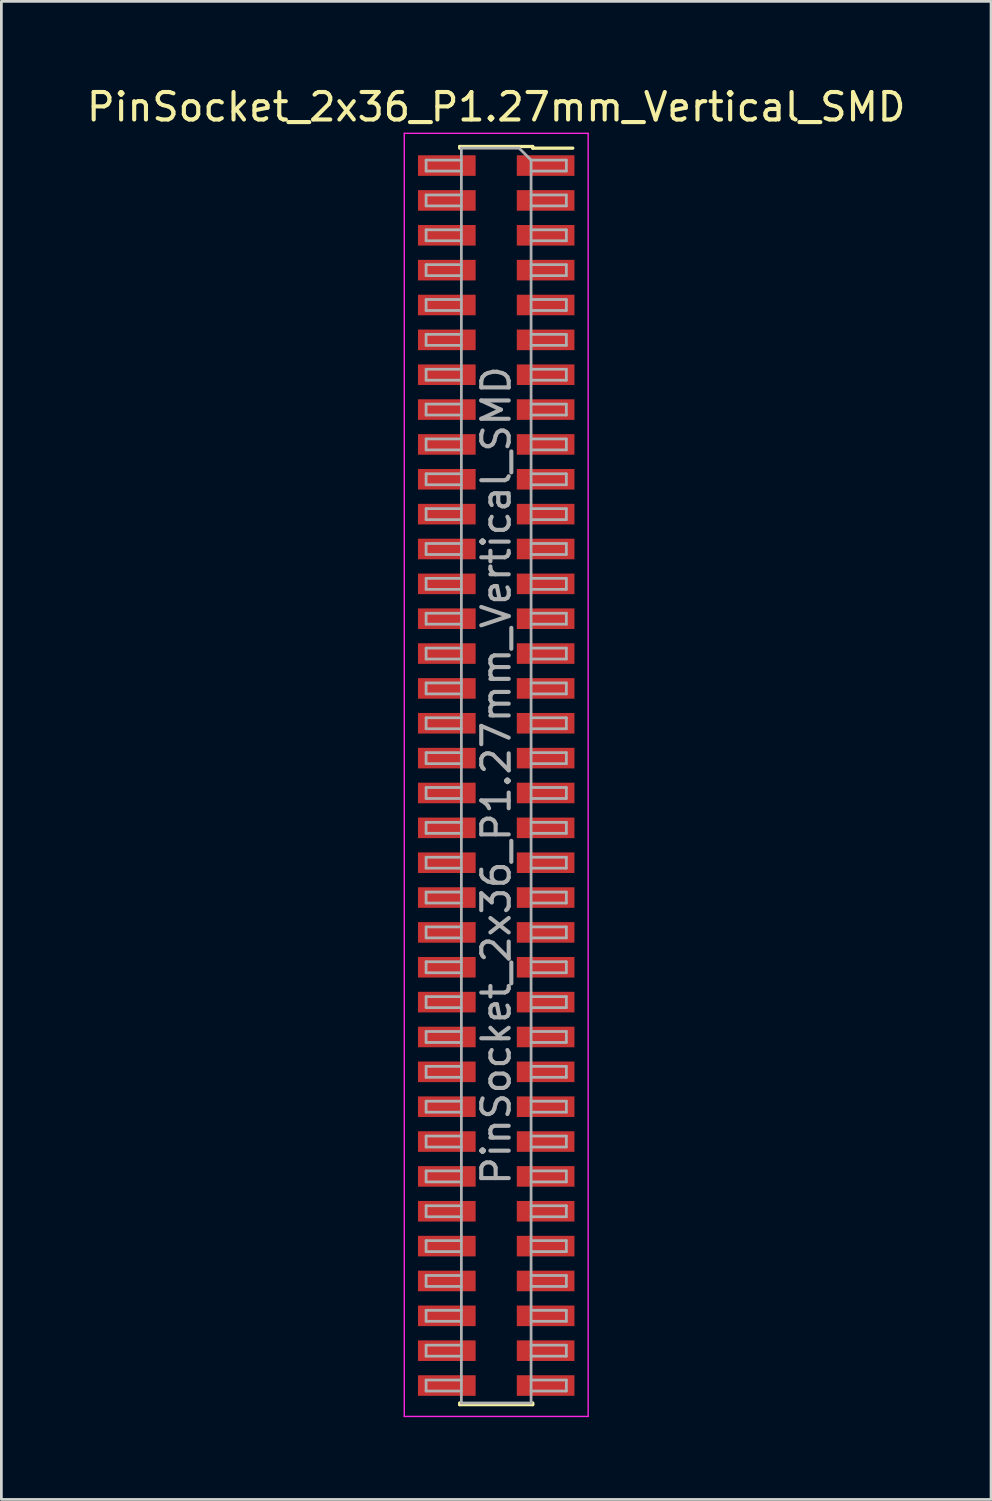
<source format=kicad_pcb>
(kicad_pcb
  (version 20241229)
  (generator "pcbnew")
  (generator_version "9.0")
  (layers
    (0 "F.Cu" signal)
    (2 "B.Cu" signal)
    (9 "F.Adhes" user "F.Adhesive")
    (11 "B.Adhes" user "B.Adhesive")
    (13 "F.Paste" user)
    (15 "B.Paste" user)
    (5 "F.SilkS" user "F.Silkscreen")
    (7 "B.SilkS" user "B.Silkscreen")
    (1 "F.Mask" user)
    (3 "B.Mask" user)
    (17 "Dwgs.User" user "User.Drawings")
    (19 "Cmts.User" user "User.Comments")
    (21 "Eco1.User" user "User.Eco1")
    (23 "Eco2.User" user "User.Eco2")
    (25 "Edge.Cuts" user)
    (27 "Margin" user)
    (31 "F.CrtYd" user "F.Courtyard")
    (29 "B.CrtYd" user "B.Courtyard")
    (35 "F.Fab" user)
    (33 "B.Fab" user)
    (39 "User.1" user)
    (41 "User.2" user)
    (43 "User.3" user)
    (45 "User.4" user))
  (footprint "PinSocket_2x36_P1.27mm_Vertical_SMD"
    (layer "F.Cu")
    (at 15.03 25.208)
    (property "Reference" "PinSocket_2x36_P1.27mm_Vertical_SMD" (at 0 -24.36 0) (layer "F.SilkS") (effects (font (size 1 1) (thickness 0.15))))
    (attr smd)
    (fp_line (start -1.33 -22.92) (end -1.33 -22.86) (stroke (width 0.12) (type solid)) (layer "F.SilkS"))
    (fp_line (start -1.33 -22.92) (end 1.33 -22.92) (stroke (width 0.12) (type solid)) (layer "F.SilkS"))
    (fp_line (start -1.33 22.86) (end -1.33 22.92) (stroke (width 0.12) (type solid)) (layer "F.SilkS"))
    (fp_line (start -1.33 22.92) (end 1.33 22.92) (stroke (width 0.12) (type solid)) (layer "F.SilkS"))
    (fp_line (start 1.33 -22.92) (end 1.33 -22.86) (stroke (width 0.12) (type solid)) (layer "F.SilkS"))
    (fp_line (start 1.33 -22.86) (end 2.79 -22.86) (stroke (width 0.12) (type solid)) (layer "F.SilkS"))
    (fp_line (start 1.33 22.86) (end 1.33 22.92) (stroke (width 0.12) (type solid)) (layer "F.SilkS"))
    (fp_line (start -3.35 -23.4) (end 3.35 -23.4) (stroke (width 0.05) (type solid)) (layer "F.CrtYd"))
    (fp_line (start -3.35 23.35) (end -3.35 -23.4) (stroke (width 0.05) (type solid)) (layer "F.CrtYd"))
    (fp_line (start 3.35 -23.4) (end 3.35 23.35) (stroke (width 0.05) (type solid)) (layer "F.CrtYd"))
    (fp_line (start 3.35 23.35) (end -3.35 23.35) (stroke (width 0.05) (type solid)) (layer "F.CrtYd"))
    (fp_line (start -2.555 -22.425) (end -1.27 -22.425) (stroke (width 0.1) (type solid)) (layer "F.Fab"))
    (fp_line (start -2.555 -22.025) (end -2.555 -22.425) (stroke (width 0.1) (type solid)) (layer "F.Fab"))
    (fp_line (start -2.555 -21.155) (end -1.27 -21.155) (stroke (width 0.1) (type solid)) (layer "F.Fab"))
    (fp_line (start -2.555 -20.755) (end -2.555 -21.155) (stroke (width 0.1) (type solid)) (layer "F.Fab"))
    (fp_line (start -2.555 -19.885) (end -1.27 -19.885) (stroke (width 0.1) (type solid)) (layer "F.Fab"))
    (fp_line (start -2.555 -19.485) (end -2.555 -19.885) (stroke (width 0.1) (type solid)) (layer "F.Fab"))
    (fp_line (start -2.555 -18.615) (end -1.27 -18.615) (stroke (width 0.1) (type solid)) (layer "F.Fab"))
    (fp_line (start -2.555 -18.215) (end -2.555 -18.615) (stroke (width 0.1) (type solid)) (layer "F.Fab"))
    (fp_line (start -2.555 -17.345) (end -1.27 -17.345) (stroke (width 0.1) (type solid)) (layer "F.Fab"))
    (fp_line (start -2.555 -16.945) (end -2.555 -17.345) (stroke (width 0.1) (type solid)) (layer "F.Fab"))
    (fp_line (start -2.555 -16.075) (end -1.27 -16.075) (stroke (width 0.1) (type solid)) (layer "F.Fab"))
    (fp_line (start -2.555 -15.675) (end -2.555 -16.075) (stroke (width 0.1) (type solid)) (layer "F.Fab"))
    (fp_line (start -2.555 -14.805) (end -1.27 -14.805) (stroke (width 0.1) (type solid)) (layer "F.Fab"))
    (fp_line (start -2.555 -14.405) (end -2.555 -14.805) (stroke (width 0.1) (type solid)) (layer "F.Fab"))
    (fp_line (start -2.555 -13.535) (end -1.27 -13.535) (stroke (width 0.1) (type solid)) (layer "F.Fab"))
    (fp_line (start -2.555 -13.135) (end -2.555 -13.535) (stroke (width 0.1) (type solid)) (layer "F.Fab"))
    (fp_line (start -2.555 -12.265) (end -1.27 -12.265) (stroke (width 0.1) (type solid)) (layer "F.Fab"))
    (fp_line (start -2.555 -11.865) (end -2.555 -12.265) (stroke (width 0.1) (type solid)) (layer "F.Fab"))
    (fp_line (start -2.555 -10.995) (end -1.27 -10.995) (stroke (width 0.1) (type solid)) (layer "F.Fab"))
    (fp_line (start -2.555 -10.595) (end -2.555 -10.995) (stroke (width 0.1) (type solid)) (layer "F.Fab"))
    (fp_line (start -2.555 -9.725) (end -1.27 -9.725) (stroke (width 0.1) (type solid)) (layer "F.Fab"))
    (fp_line (start -2.555 -9.325) (end -2.555 -9.725) (stroke (width 0.1) (type solid)) (layer "F.Fab"))
    (fp_line (start -2.555 -8.455) (end -1.27 -8.455) (stroke (width 0.1) (type solid)) (layer "F.Fab"))
    (fp_line (start -2.555 -8.055) (end -2.555 -8.455) (stroke (width 0.1) (type solid)) (layer "F.Fab"))
    (fp_line (start -2.555 -7.185) (end -1.27 -7.185) (stroke (width 0.1) (type solid)) (layer "F.Fab"))
    (fp_line (start -2.555 -6.785) (end -2.555 -7.185) (stroke (width 0.1) (type solid)) (layer "F.Fab"))
    (fp_line (start -2.555 -5.915) (end -1.27 -5.915) (stroke (width 0.1) (type solid)) (layer "F.Fab"))
    (fp_line (start -2.555 -5.515) (end -2.555 -5.915) (stroke (width 0.1) (type solid)) (layer "F.Fab"))
    (fp_line (start -2.555 -4.645) (end -1.27 -4.645) (stroke (width 0.1) (type solid)) (layer "F.Fab"))
    (fp_line (start -2.555 -4.245) (end -2.555 -4.645) (stroke (width 0.1) (type solid)) (layer "F.Fab"))
    (fp_line (start -2.555 -3.375) (end -1.27 -3.375) (stroke (width 0.1) (type solid)) (layer "F.Fab"))
    (fp_line (start -2.555 -2.975) (end -2.555 -3.375) (stroke (width 0.1) (type solid)) (layer "F.Fab"))
    (fp_line (start -2.555 -2.105) (end -1.27 -2.105) (stroke (width 0.1) (type solid)) (layer "F.Fab"))
    (fp_line (start -2.555 -1.705) (end -2.555 -2.105) (stroke (width 0.1) (type solid)) (layer "F.Fab"))
    (fp_line (start -2.555 -0.835) (end -1.27 -0.835) (stroke (width 0.1) (type solid)) (layer "F.Fab"))
    (fp_line (start -2.555 -0.435) (end -2.555 -0.835) (stroke (width 0.1) (type solid)) (layer "F.Fab"))
    (fp_line (start -2.555 0.435) (end -1.27 0.435) (stroke (width 0.1) (type solid)) (layer "F.Fab"))
    (fp_line (start -2.555 0.835) (end -2.555 0.435) (stroke (width 0.1) (type solid)) (layer "F.Fab"))
    (fp_line (start -2.555 1.705) (end -1.27 1.705) (stroke (width 0.1) (type solid)) (layer "F.Fab"))
    (fp_line (start -2.555 2.105) (end -2.555 1.705) (stroke (width 0.1) (type solid)) (layer "F.Fab"))
    (fp_line (start -2.555 2.975) (end -1.27 2.975) (stroke (width 0.1) (type solid)) (layer "F.Fab"))
    (fp_line (start -2.555 3.375) (end -2.555 2.975) (stroke (width 0.1) (type solid)) (layer "F.Fab"))
    (fp_line (start -2.555 4.245) (end -1.27 4.245) (stroke (width 0.1) (type solid)) (layer "F.Fab"))
    (fp_line (start -2.555 4.645) (end -2.555 4.245) (stroke (width 0.1) (type solid)) (layer "F.Fab"))
    (fp_line (start -2.555 5.515) (end -1.27 5.515) (stroke (width 0.1) (type solid)) (layer "F.Fab"))
    (fp_line (start -2.555 5.915) (end -2.555 5.515) (stroke (width 0.1) (type solid)) (layer "F.Fab"))
    (fp_line (start -2.555 6.785) (end -1.27 6.785) (stroke (width 0.1) (type solid)) (layer "F.Fab"))
    (fp_line (start -2.555 7.185) (end -2.555 6.785) (stroke (width 0.1) (type solid)) (layer "F.Fab"))
    (fp_line (start -2.555 8.055) (end -1.27 8.055) (stroke (width 0.1) (type solid)) (layer "F.Fab"))
    (fp_line (start -2.555 8.455) (end -2.555 8.055) (stroke (width 0.1) (type solid)) (layer "F.Fab"))
    (fp_line (start -2.555 9.325) (end -1.27 9.325) (stroke (width 0.1) (type solid)) (layer "F.Fab"))
    (fp_line (start -2.555 9.725) (end -2.555 9.325) (stroke (width 0.1) (type solid)) (layer "F.Fab"))
    (fp_line (start -2.555 10.595) (end -1.27 10.595) (stroke (width 0.1) (type solid)) (layer "F.Fab"))
    (fp_line (start -2.555 10.995) (end -2.555 10.595) (stroke (width 0.1) (type solid)) (layer "F.Fab"))
    (fp_line (start -2.555 11.865) (end -1.27 11.865) (stroke (width 0.1) (type solid)) (layer "F.Fab"))
    (fp_line (start -2.555 12.265) (end -2.555 11.865) (stroke (width 0.1) (type solid)) (layer "F.Fab"))
    (fp_line (start -2.555 13.135) (end -1.27 13.135) (stroke (width 0.1) (type solid)) (layer "F.Fab"))
    (fp_line (start -2.555 13.535) (end -2.555 13.135) (stroke (width 0.1) (type solid)) (layer "F.Fab"))
    (fp_line (start -2.555 14.405) (end -1.27 14.405) (stroke (width 0.1) (type solid)) (layer "F.Fab"))
    (fp_line (start -2.555 14.805) (end -2.555 14.405) (stroke (width 0.1) (type solid)) (layer "F.Fab"))
    (fp_line (start -2.555 15.675) (end -1.27 15.675) (stroke (width 0.1) (type solid)) (layer "F.Fab"))
    (fp_line (start -2.555 16.075) (end -2.555 15.675) (stroke (width 0.1) (type solid)) (layer "F.Fab"))
    (fp_line (start -2.555 16.945) (end -1.27 16.945) (stroke (width 0.1) (type solid)) (layer "F.Fab"))
    (fp_line (start -2.555 17.345) (end -2.555 16.945) (stroke (width 0.1) (type solid)) (layer "F.Fab"))
    (fp_line (start -2.555 18.215) (end -1.27 18.215) (stroke (width 0.1) (type solid)) (layer "F.Fab"))
    (fp_line (start -2.555 18.615) (end -2.555 18.215) (stroke (width 0.1) (type solid)) (layer "F.Fab"))
    (fp_line (start -2.555 19.485) (end -1.27 19.485) (stroke (width 0.1) (type solid)) (layer "F.Fab"))
    (fp_line (start -2.555 19.885) (end -2.555 19.485) (stroke (width 0.1) (type solid)) (layer "F.Fab"))
    (fp_line (start -2.555 20.755) (end -1.27 20.755) (stroke (width 0.1) (type solid)) (layer "F.Fab"))
    (fp_line (start -2.555 21.155) (end -2.555 20.755) (stroke (width 0.1) (type solid)) (layer "F.Fab"))
    (fp_line (start -2.555 22.025) (end -1.27 22.025) (stroke (width 0.1) (type solid)) (layer "F.Fab"))
    (fp_line (start -2.555 22.425) (end -2.555 22.025) (stroke (width 0.1) (type solid)) (layer "F.Fab"))
    (fp_line (start -1.27 -22.86) (end 0.835 -22.86) (stroke (width 0.1) (type solid)) (layer "F.Fab"))
    (fp_line (start -1.27 -22.025) (end -2.555 -22.025) (stroke (width 0.1) (type solid)) (layer "F.Fab"))
    (fp_line (start -1.27 -20.755) (end -2.555 -20.755) (stroke (width 0.1) (type solid)) (layer "F.Fab"))
    (fp_line (start -1.27 -19.485) (end -2.555 -19.485) (stroke (width 0.1) (type solid)) (layer "F.Fab"))
    (fp_line (start -1.27 -18.215) (end -2.555 -18.215) (stroke (width 0.1) (type solid)) (layer "F.Fab"))
    (fp_line (start -1.27 -16.945) (end -2.555 -16.945) (stroke (width 0.1) (type solid)) (layer "F.Fab"))
    (fp_line (start -1.27 -15.675) (end -2.555 -15.675) (stroke (width 0.1) (type solid)) (layer "F.Fab"))
    (fp_line (start -1.27 -14.405) (end -2.555 -14.405) (stroke (width 0.1) (type solid)) (layer "F.Fab"))
    (fp_line (start -1.27 -13.135) (end -2.555 -13.135) (stroke (width 0.1) (type solid)) (layer "F.Fab"))
    (fp_line (start -1.27 -11.865) (end -2.555 -11.865) (stroke (width 0.1) (type solid)) (layer "F.Fab"))
    (fp_line (start -1.27 -10.595) (end -2.555 -10.595) (stroke (width 0.1) (type solid)) (layer "F.Fab"))
    (fp_line (start -1.27 -9.325) (end -2.555 -9.325) (stroke (width 0.1) (type solid)) (layer "F.Fab"))
    (fp_line (start -1.27 -8.055) (end -2.555 -8.055) (stroke (width 0.1) (type solid)) (layer "F.Fab"))
    (fp_line (start -1.27 -6.785) (end -2.555 -6.785) (stroke (width 0.1) (type solid)) (layer "F.Fab"))
    (fp_line (start -1.27 -5.515) (end -2.555 -5.515) (stroke (width 0.1) (type solid)) (layer "F.Fab"))
    (fp_line (start -1.27 -4.245) (end -2.555 -4.245) (stroke (width 0.1) (type solid)) (layer "F.Fab"))
    (fp_line (start -1.27 -2.975) (end -2.555 -2.975) (stroke (width 0.1) (type solid)) (layer "F.Fab"))
    (fp_line (start -1.27 -1.705) (end -2.555 -1.705) (stroke (width 0.1) (type solid)) (layer "F.Fab"))
    (fp_line (start -1.27 -0.435) (end -2.555 -0.435) (stroke (width 0.1) (type solid)) (layer "F.Fab"))
    (fp_line (start -1.27 0.835) (end -2.555 0.835) (stroke (width 0.1) (type solid)) (layer "F.Fab"))
    (fp_line (start -1.27 2.105) (end -2.555 2.105) (stroke (width 0.1) (type solid)) (layer "F.Fab"))
    (fp_line (start -1.27 3.375) (end -2.555 3.375) (stroke (width 0.1) (type solid)) (layer "F.Fab"))
    (fp_line (start -1.27 4.645) (end -2.555 4.645) (stroke (width 0.1) (type solid)) (layer "F.Fab"))
    (fp_line (start -1.27 5.915) (end -2.555 5.915) (stroke (width 0.1) (type solid)) (layer "F.Fab"))
    (fp_line (start -1.27 7.185) (end -2.555 7.185) (stroke (width 0.1) (type solid)) (layer "F.Fab"))
    (fp_line (start -1.27 8.455) (end -2.555 8.455) (stroke (width 0.1) (type solid)) (layer "F.Fab"))
    (fp_line (start -1.27 9.725) (end -2.555 9.725) (stroke (width 0.1) (type solid)) (layer "F.Fab"))
    (fp_line (start -1.27 10.995) (end -2.555 10.995) (stroke (width 0.1) (type solid)) (layer "F.Fab"))
    (fp_line (start -1.27 12.265) (end -2.555 12.265) (stroke (width 0.1) (type solid)) (layer "F.Fab"))
    (fp_line (start -1.27 13.535) (end -2.555 13.535) (stroke (width 0.1) (type solid)) (layer "F.Fab"))
    (fp_line (start -1.27 14.805) (end -2.555 14.805) (stroke (width 0.1) (type solid)) (layer "F.Fab"))
    (fp_line (start -1.27 16.075) (end -2.555 16.075) (stroke (width 0.1) (type solid)) (layer "F.Fab"))
    (fp_line (start -1.27 17.345) (end -2.555 17.345) (stroke (width 0.1) (type solid)) (layer "F.Fab"))
    (fp_line (start -1.27 18.615) (end -2.555 18.615) (stroke (width 0.1) (type solid)) (layer "F.Fab"))
    (fp_line (start -1.27 19.885) (end -2.555 19.885) (stroke (width 0.1) (type solid)) (layer "F.Fab"))
    (fp_line (start -1.27 21.155) (end -2.555 21.155) (stroke (width 0.1) (type solid)) (layer "F.Fab"))
    (fp_line (start -1.27 22.425) (end -2.555 22.425) (stroke (width 0.1) (type solid)) (layer "F.Fab"))
    (fp_line (start -1.27 22.86) (end -1.27 -22.86) (stroke (width 0.1) (type solid)) (layer "F.Fab"))
    (fp_line (start 0.835 -22.86) (end 1.27 -22.425) (stroke (width 0.1) (type solid)) (layer "F.Fab"))
    (fp_line (start 1.27 -22.425) (end 1.27 22.86) (stroke (width 0.1) (type solid)) (layer "F.Fab"))
    (fp_line (start 1.27 -22.425) (end 2.555 -22.425) (stroke (width 0.1) (type solid)) (layer "F.Fab"))
    (fp_line (start 1.27 -21.155) (end 2.555 -21.155) (stroke (width 0.1) (type solid)) (layer "F.Fab"))
    (fp_line (start 1.27 -19.885) (end 2.555 -19.885) (stroke (width 0.1) (type solid)) (layer "F.Fab"))
    (fp_line (start 1.27 -18.615) (end 2.555 -18.615) (stroke (width 0.1) (type solid)) (layer "F.Fab"))
    (fp_line (start 1.27 -17.345) (end 2.555 -17.345) (stroke (width 0.1) (type solid)) (layer "F.Fab"))
    (fp_line (start 1.27 -16.075) (end 2.555 -16.075) (stroke (width 0.1) (type solid)) (layer "F.Fab"))
    (fp_line (start 1.27 -14.805) (end 2.555 -14.805) (stroke (width 0.1) (type solid)) (layer "F.Fab"))
    (fp_line (start 1.27 -13.535) (end 2.555 -13.535) (stroke (width 0.1) (type solid)) (layer "F.Fab"))
    (fp_line (start 1.27 -12.265) (end 2.555 -12.265) (stroke (width 0.1) (type solid)) (layer "F.Fab"))
    (fp_line (start 1.27 -10.995) (end 2.555 -10.995) (stroke (width 0.1) (type solid)) (layer "F.Fab"))
    (fp_line (start 1.27 -9.725) (end 2.555 -9.725) (stroke (width 0.1) (type solid)) (layer "F.Fab"))
    (fp_line (start 1.27 -8.455) (end 2.555 -8.455) (stroke (width 0.1) (type solid)) (layer "F.Fab"))
    (fp_line (start 1.27 -7.185) (end 2.555 -7.185) (stroke (width 0.1) (type solid)) (layer "F.Fab"))
    (fp_line (start 1.27 -5.915) (end 2.555 -5.915) (stroke (width 0.1) (type solid)) (layer "F.Fab"))
    (fp_line (start 1.27 -4.645) (end 2.555 -4.645) (stroke (width 0.1) (type solid)) (layer "F.Fab"))
    (fp_line (start 1.27 -3.375) (end 2.555 -3.375) (stroke (width 0.1) (type solid)) (layer "F.Fab"))
    (fp_line (start 1.27 -2.105) (end 2.555 -2.105) (stroke (width 0.1) (type solid)) (layer "F.Fab"))
    (fp_line (start 1.27 -0.835) (end 2.555 -0.835) (stroke (width 0.1) (type solid)) (layer "F.Fab"))
    (fp_line (start 1.27 0.435) (end 2.555 0.435) (stroke (width 0.1) (type solid)) (layer "F.Fab"))
    (fp_line (start 1.27 1.705) (end 2.555 1.705) (stroke (width 0.1) (type solid)) (layer "F.Fab"))
    (fp_line (start 1.27 2.975) (end 2.555 2.975) (stroke (width 0.1) (type solid)) (layer "F.Fab"))
    (fp_line (start 1.27 4.245) (end 2.555 4.245) (stroke (width 0.1) (type solid)) (layer "F.Fab"))
    (fp_line (start 1.27 5.515) (end 2.555 5.515) (stroke (width 0.1) (type solid)) (layer "F.Fab"))
    (fp_line (start 1.27 6.785) (end 2.555 6.785) (stroke (width 0.1) (type solid)) (layer "F.Fab"))
    (fp_line (start 1.27 8.055) (end 2.555 8.055) (stroke (width 0.1) (type solid)) (layer "F.Fab"))
    (fp_line (start 1.27 9.325) (end 2.555 9.325) (stroke (width 0.1) (type solid)) (layer "F.Fab"))
    (fp_line (start 1.27 10.595) (end 2.555 10.595) (stroke (width 0.1) (type solid)) (layer "F.Fab"))
    (fp_line (start 1.27 11.865) (end 2.555 11.865) (stroke (width 0.1) (type solid)) (layer "F.Fab"))
    (fp_line (start 1.27 13.135) (end 2.555 13.135) (stroke (width 0.1) (type solid)) (layer "F.Fab"))
    (fp_line (start 1.27 14.405) (end 2.555 14.405) (stroke (width 0.1) (type solid)) (layer "F.Fab"))
    (fp_line (start 1.27 15.675) (end 2.555 15.675) (stroke (width 0.1) (type solid)) (layer "F.Fab"))
    (fp_line (start 1.27 16.945) (end 2.555 16.945) (stroke (width 0.1) (type solid)) (layer "F.Fab"))
    (fp_line (start 1.27 18.215) (end 2.555 18.215) (stroke (width 0.1) (type solid)) (layer "F.Fab"))
    (fp_line (start 1.27 19.485) (end 2.555 19.485) (stroke (width 0.1) (type solid)) (layer "F.Fab"))
    (fp_line (start 1.27 20.755) (end 2.555 20.755) (stroke (width 0.1) (type solid)) (layer "F.Fab"))
    (fp_line (start 1.27 22.025) (end 2.555 22.025) (stroke (width 0.1) (type solid)) (layer "F.Fab"))
    (fp_line (start 1.27 22.86) (end -1.27 22.86) (stroke (width 0.1) (type solid)) (layer "F.Fab"))
    (fp_line (start 2.555 -22.425) (end 2.555 -22.025) (stroke (width 0.1) (type solid)) (layer "F.Fab"))
    (fp_line (start 2.555 -22.025) (end 1.27 -22.025) (stroke (width 0.1) (type solid)) (layer "F.Fab"))
    (fp_line (start 2.555 -21.155) (end 2.555 -20.755) (stroke (width 0.1) (type solid)) (layer "F.Fab"))
    (fp_line (start 2.555 -20.755) (end 1.27 -20.755) (stroke (width 0.1) (type solid)) (layer "F.Fab"))
    (fp_line (start 2.555 -19.885) (end 2.555 -19.485) (stroke (width 0.1) (type solid)) (layer "F.Fab"))
    (fp_line (start 2.555 -19.485) (end 1.27 -19.485) (stroke (width 0.1) (type solid)) (layer "F.Fab"))
    (fp_line (start 2.555 -18.615) (end 2.555 -18.215) (stroke (width 0.1) (type solid)) (layer "F.Fab"))
    (fp_line (start 2.555 -18.215) (end 1.27 -18.215) (stroke (width 0.1) (type solid)) (layer "F.Fab"))
    (fp_line (start 2.555 -17.345) (end 2.555 -16.945) (stroke (width 0.1) (type solid)) (layer "F.Fab"))
    (fp_line (start 2.555 -16.945) (end 1.27 -16.945) (stroke (width 0.1) (type solid)) (layer "F.Fab"))
    (fp_line (start 2.555 -16.075) (end 2.555 -15.675) (stroke (width 0.1) (type solid)) (layer "F.Fab"))
    (fp_line (start 2.555 -15.675) (end 1.27 -15.675) (stroke (width 0.1) (type solid)) (layer "F.Fab"))
    (fp_line (start 2.555 -14.805) (end 2.555 -14.405) (stroke (width 0.1) (type solid)) (layer "F.Fab"))
    (fp_line (start 2.555 -14.405) (end 1.27 -14.405) (stroke (width 0.1) (type solid)) (layer "F.Fab"))
    (fp_line (start 2.555 -13.535) (end 2.555 -13.135) (stroke (width 0.1) (type solid)) (layer "F.Fab"))
    (fp_line (start 2.555 -13.135) (end 1.27 -13.135) (stroke (width 0.1) (type solid)) (layer "F.Fab"))
    (fp_line (start 2.555 -12.265) (end 2.555 -11.865) (stroke (width 0.1) (type solid)) (layer "F.Fab"))
    (fp_line (start 2.555 -11.865) (end 1.27 -11.865) (stroke (width 0.1) (type solid)) (layer "F.Fab"))
    (fp_line (start 2.555 -10.995) (end 2.555 -10.595) (stroke (width 0.1) (type solid)) (layer "F.Fab"))
    (fp_line (start 2.555 -10.595) (end 1.27 -10.595) (stroke (width 0.1) (type solid)) (layer "F.Fab"))
    (fp_line (start 2.555 -9.725) (end 2.555 -9.325) (stroke (width 0.1) (type solid)) (layer "F.Fab"))
    (fp_line (start 2.555 -9.325) (end 1.27 -9.325) (stroke (width 0.1) (type solid)) (layer "F.Fab"))
    (fp_line (start 2.555 -8.455) (end 2.555 -8.055) (stroke (width 0.1) (type solid)) (layer "F.Fab"))
    (fp_line (start 2.555 -8.055) (end 1.27 -8.055) (stroke (width 0.1) (type solid)) (layer "F.Fab"))
    (fp_line (start 2.555 -7.185) (end 2.555 -6.785) (stroke (width 0.1) (type solid)) (layer "F.Fab"))
    (fp_line (start 2.555 -6.785) (end 1.27 -6.785) (stroke (width 0.1) (type solid)) (layer "F.Fab"))
    (fp_line (start 2.555 -5.915) (end 2.555 -5.515) (stroke (width 0.1) (type solid)) (layer "F.Fab"))
    (fp_line (start 2.555 -5.515) (end 1.27 -5.515) (stroke (width 0.1) (type solid)) (layer "F.Fab"))
    (fp_line (start 2.555 -4.645) (end 2.555 -4.245) (stroke (width 0.1) (type solid)) (layer "F.Fab"))
    (fp_line (start 2.555 -4.245) (end 1.27 -4.245) (stroke (width 0.1) (type solid)) (layer "F.Fab"))
    (fp_line (start 2.555 -3.375) (end 2.555 -2.975) (stroke (width 0.1) (type solid)) (layer "F.Fab"))
    (fp_line (start 2.555 -2.975) (end 1.27 -2.975) (stroke (width 0.1) (type solid)) (layer "F.Fab"))
    (fp_line (start 2.555 -2.105) (end 2.555 -1.705) (stroke (width 0.1) (type solid)) (layer "F.Fab"))
    (fp_line (start 2.555 -1.705) (end 1.27 -1.705) (stroke (width 0.1) (type solid)) (layer "F.Fab"))
    (fp_line (start 2.555 -0.835) (end 2.555 -0.435) (stroke (width 0.1) (type solid)) (layer "F.Fab"))
    (fp_line (start 2.555 -0.435) (end 1.27 -0.435) (stroke (width 0.1) (type solid)) (layer "F.Fab"))
    (fp_line (start 2.555 0.435) (end 2.555 0.835) (stroke (width 0.1) (type solid)) (layer "F.Fab"))
    (fp_line (start 2.555 0.835) (end 1.27 0.835) (stroke (width 0.1) (type solid)) (layer "F.Fab"))
    (fp_line (start 2.555 1.705) (end 2.555 2.105) (stroke (width 0.1) (type solid)) (layer "F.Fab"))
    (fp_line (start 2.555 2.105) (end 1.27 2.105) (stroke (width 0.1) (type solid)) (layer "F.Fab"))
    (fp_line (start 2.555 2.975) (end 2.555 3.375) (stroke (width 0.1) (type solid)) (layer "F.Fab"))
    (fp_line (start 2.555 3.375) (end 1.27 3.375) (stroke (width 0.1) (type solid)) (layer "F.Fab"))
    (fp_line (start 2.555 4.245) (end 2.555 4.645) (stroke (width 0.1) (type solid)) (layer "F.Fab"))
    (fp_line (start 2.555 4.645) (end 1.27 4.645) (stroke (width 0.1) (type solid)) (layer "F.Fab"))
    (fp_line (start 2.555 5.515) (end 2.555 5.915) (stroke (width 0.1) (type solid)) (layer "F.Fab"))
    (fp_line (start 2.555 5.915) (end 1.27 5.915) (stroke (width 0.1) (type solid)) (layer "F.Fab"))
    (fp_line (start 2.555 6.785) (end 2.555 7.185) (stroke (width 0.1) (type solid)) (layer "F.Fab"))
    (fp_line (start 2.555 7.185) (end 1.27 7.185) (stroke (width 0.1) (type solid)) (layer "F.Fab"))
    (fp_line (start 2.555 8.055) (end 2.555 8.455) (stroke (width 0.1) (type solid)) (layer "F.Fab"))
    (fp_line (start 2.555 8.455) (end 1.27 8.455) (stroke (width 0.1) (type solid)) (layer "F.Fab"))
    (fp_line (start 2.555 9.325) (end 2.555 9.725) (stroke (width 0.1) (type solid)) (layer "F.Fab"))
    (fp_line (start 2.555 9.725) (end 1.27 9.725) (stroke (width 0.1) (type solid)) (layer "F.Fab"))
    (fp_line (start 2.555 10.595) (end 2.555 10.995) (stroke (width 0.1) (type solid)) (layer "F.Fab"))
    (fp_line (start 2.555 10.995) (end 1.27 10.995) (stroke (width 0.1) (type solid)) (layer "F.Fab"))
    (fp_line (start 2.555 11.865) (end 2.555 12.265) (stroke (width 0.1) (type solid)) (layer "F.Fab"))
    (fp_line (start 2.555 12.265) (end 1.27 12.265) (stroke (width 0.1) (type solid)) (layer "F.Fab"))
    (fp_line (start 2.555 13.135) (end 2.555 13.535) (stroke (width 0.1) (type solid)) (layer "F.Fab"))
    (fp_line (start 2.555 13.535) (end 1.27 13.535) (stroke (width 0.1) (type solid)) (layer "F.Fab"))
    (fp_line (start 2.555 14.405) (end 2.555 14.805) (stroke (width 0.1) (type solid)) (layer "F.Fab"))
    (fp_line (start 2.555 14.805) (end 1.27 14.805) (stroke (width 0.1) (type solid)) (layer "F.Fab"))
    (fp_line (start 2.555 15.675) (end 2.555 16.075) (stroke (width 0.1) (type solid)) (layer "F.Fab"))
    (fp_line (start 2.555 16.075) (end 1.27 16.075) (stroke (width 0.1) (type solid)) (layer "F.Fab"))
    (fp_line (start 2.555 16.945) (end 2.555 17.345) (stroke (width 0.1) (type solid)) (layer "F.Fab"))
    (fp_line (start 2.555 17.345) (end 1.27 17.345) (stroke (width 0.1) (type solid)) (layer "F.Fab"))
    (fp_line (start 2.555 18.215) (end 2.555 18.615) (stroke (width 0.1) (type solid)) (layer "F.Fab"))
    (fp_line (start 2.555 18.615) (end 1.27 18.615) (stroke (width 0.1) (type solid)) (layer "F.Fab"))
    (fp_line (start 2.555 19.485) (end 2.555 19.885) (stroke (width 0.1) (type solid)) (layer "F.Fab"))
    (fp_line (start 2.555 19.885) (end 1.27 19.885) (stroke (width 0.1) (type solid)) (layer "F.Fab"))
    (fp_line (start 2.555 20.755) (end 2.555 21.155) (stroke (width 0.1) (type solid)) (layer "F.Fab"))
    (fp_line (start 2.555 21.155) (end 1.27 21.155) (stroke (width 0.1) (type solid)) (layer "F.Fab"))
    (fp_line (start 2.555 22.025) (end 2.555 22.425) (stroke (width 0.1) (type solid)) (layer "F.Fab"))
    (fp_line (start 2.555 22.425) (end 1.27 22.425) (stroke (width 0.1) (type solid)) (layer "F.Fab"))
    (fp_text user "${REFERENCE}" (at 0 0 90) (layer "F.Fab") (effects (font (size 1 1) (thickness 0.15))))
    (pad "1" smd rect (at 1.8 -22.225) (size 2.1 0.75) (layers "F.Cu" "F.Mask" "F.Paste"))
    (pad "2" smd rect (at -1.8 -22.225) (size 2.1 0.75) (layers "F.Cu" "F.Mask" "F.Paste"))
    (pad "3" smd rect (at 1.8 -20.955) (size 2.1 0.75) (layers "F.Cu" "F.Mask" "F.Paste"))
    (pad "4" smd rect (at -1.8 -20.955) (size 2.1 0.75) (layers "F.Cu" "F.Mask" "F.Paste"))
    (pad "5" smd rect (at 1.8 -19.685) (size 2.1 0.75) (layers "F.Cu" "F.Mask" "F.Paste"))
    (pad "6" smd rect (at -1.8 -19.685) (size 2.1 0.75) (layers "F.Cu" "F.Mask" "F.Paste"))
    (pad "7" smd rect (at 1.8 -18.415) (size 2.1 0.75) (layers "F.Cu" "F.Mask" "F.Paste"))
    (pad "8" smd rect (at -1.8 -18.415) (size 2.1 0.75) (layers "F.Cu" "F.Mask" "F.Paste"))
    (pad "9" smd rect (at 1.8 -17.145) (size 2.1 0.75) (layers "F.Cu" "F.Mask" "F.Paste"))
    (pad "10" smd rect (at -1.8 -17.145) (size 2.1 0.75) (layers "F.Cu" "F.Mask" "F.Paste"))
    (pad "11" smd rect (at 1.8 -15.875) (size 2.1 0.75) (layers "F.Cu" "F.Mask" "F.Paste"))
    (pad "12" smd rect (at -1.8 -15.875) (size 2.1 0.75) (layers "F.Cu" "F.Mask" "F.Paste"))
    (pad "13" smd rect (at 1.8 -14.605) (size 2.1 0.75) (layers "F.Cu" "F.Mask" "F.Paste"))
    (pad "14" smd rect (at -1.8 -14.605) (size 2.1 0.75) (layers "F.Cu" "F.Mask" "F.Paste"))
    (pad "15" smd rect (at 1.8 -13.335) (size 2.1 0.75) (layers "F.Cu" "F.Mask" "F.Paste"))
    (pad "16" smd rect (at -1.8 -13.335) (size 2.1 0.75) (layers "F.Cu" "F.Mask" "F.Paste"))
    (pad "17" smd rect (at 1.8 -12.065) (size 2.1 0.75) (layers "F.Cu" "F.Mask" "F.Paste"))
    (pad "18" smd rect (at -1.8 -12.065) (size 2.1 0.75) (layers "F.Cu" "F.Mask" "F.Paste"))
    (pad "19" smd rect (at 1.8 -10.795) (size 2.1 0.75) (layers "F.Cu" "F.Mask" "F.Paste"))
    (pad "20" smd rect (at -1.8 -10.795) (size 2.1 0.75) (layers "F.Cu" "F.Mask" "F.Paste"))
    (pad "21" smd rect (at 1.8 -9.525) (size 2.1 0.75) (layers "F.Cu" "F.Mask" "F.Paste"))
    (pad "22" smd rect (at -1.8 -9.525) (size 2.1 0.75) (layers "F.Cu" "F.Mask" "F.Paste"))
    (pad "23" smd rect (at 1.8 -8.255) (size 2.1 0.75) (layers "F.Cu" "F.Mask" "F.Paste"))
    (pad "24" smd rect (at -1.8 -8.255) (size 2.1 0.75) (layers "F.Cu" "F.Mask" "F.Paste"))
    (pad "25" smd rect (at 1.8 -6.985) (size 2.1 0.75) (layers "F.Cu" "F.Mask" "F.Paste"))
    (pad "26" smd rect (at -1.8 -6.985) (size 2.1 0.75) (layers "F.Cu" "F.Mask" "F.Paste"))
    (pad "27" smd rect (at 1.8 -5.715) (size 2.1 0.75) (layers "F.Cu" "F.Mask" "F.Paste"))
    (pad "28" smd rect (at -1.8 -5.715) (size 2.1 0.75) (layers "F.Cu" "F.Mask" "F.Paste"))
    (pad "29" smd rect (at 1.8 -4.445) (size 2.1 0.75) (layers "F.Cu" "F.Mask" "F.Paste"))
    (pad "30" smd rect (at -1.8 -4.445) (size 2.1 0.75) (layers "F.Cu" "F.Mask" "F.Paste"))
    (pad "31" smd rect (at 1.8 -3.175) (size 2.1 0.75) (layers "F.Cu" "F.Mask" "F.Paste"))
    (pad "32" smd rect (at -1.8 -3.175) (size 2.1 0.75) (layers "F.Cu" "F.Mask" "F.Paste"))
    (pad "33" smd rect (at 1.8 -1.905) (size 2.1 0.75) (layers "F.Cu" "F.Mask" "F.Paste"))
    (pad "34" smd rect (at -1.8 -1.905) (size 2.1 0.75) (layers "F.Cu" "F.Mask" "F.Paste"))
    (pad "35" smd rect (at 1.8 -0.635) (size 2.1 0.75) (layers "F.Cu" "F.Mask" "F.Paste"))
    (pad "36" smd rect (at -1.8 -0.635) (size 2.1 0.75) (layers "F.Cu" "F.Mask" "F.Paste"))
    (pad "37" smd rect (at 1.8 0.635) (size 2.1 0.75) (layers "F.Cu" "F.Mask" "F.Paste"))
    (pad "38" smd rect (at -1.8 0.635) (size 2.1 0.75) (layers "F.Cu" "F.Mask" "F.Paste"))
    (pad "39" smd rect (at 1.8 1.905) (size 2.1 0.75) (layers "F.Cu" "F.Mask" "F.Paste"))
    (pad "40" smd rect (at -1.8 1.905) (size 2.1 0.75) (layers "F.Cu" "F.Mask" "F.Paste"))
    (pad "41" smd rect (at 1.8 3.175) (size 2.1 0.75) (layers "F.Cu" "F.Mask" "F.Paste"))
    (pad "42" smd rect (at -1.8 3.175) (size 2.1 0.75) (layers "F.Cu" "F.Mask" "F.Paste"))
    (pad "43" smd rect (at 1.8 4.445) (size 2.1 0.75) (layers "F.Cu" "F.Mask" "F.Paste"))
    (pad "44" smd rect (at -1.8 4.445) (size 2.1 0.75) (layers "F.Cu" "F.Mask" "F.Paste"))
    (pad "45" smd rect (at 1.8 5.715) (size 2.1 0.75) (layers "F.Cu" "F.Mask" "F.Paste"))
    (pad "46" smd rect (at -1.8 5.715) (size 2.1 0.75) (layers "F.Cu" "F.Mask" "F.Paste"))
    (pad "47" smd rect (at 1.8 6.985) (size 2.1 0.75) (layers "F.Cu" "F.Mask" "F.Paste"))
    (pad "48" smd rect (at -1.8 6.985) (size 2.1 0.75) (layers "F.Cu" "F.Mask" "F.Paste"))
    (pad "49" smd rect (at 1.8 8.255) (size 2.1 0.75) (layers "F.Cu" "F.Mask" "F.Paste"))
    (pad "50" smd rect (at -1.8 8.255) (size 2.1 0.75) (layers "F.Cu" "F.Mask" "F.Paste"))
    (pad "51" smd rect (at 1.8 9.525) (size 2.1 0.75) (layers "F.Cu" "F.Mask" "F.Paste"))
    (pad "52" smd rect (at -1.8 9.525) (size 2.1 0.75) (layers "F.Cu" "F.Mask" "F.Paste"))
    (pad "53" smd rect (at 1.8 10.795) (size 2.1 0.75) (layers "F.Cu" "F.Mask" "F.Paste"))
    (pad "54" smd rect (at -1.8 10.795) (size 2.1 0.75) (layers "F.Cu" "F.Mask" "F.Paste"))
    (pad "55" smd rect (at 1.8 12.065) (size 2.1 0.75) (layers "F.Cu" "F.Mask" "F.Paste"))
    (pad "56" smd rect (at -1.8 12.065) (size 2.1 0.75) (layers "F.Cu" "F.Mask" "F.Paste"))
    (pad "57" smd rect (at 1.8 13.335) (size 2.1 0.75) (layers "F.Cu" "F.Mask" "F.Paste"))
    (pad "58" smd rect (at -1.8 13.335) (size 2.1 0.75) (layers "F.Cu" "F.Mask" "F.Paste"))
    (pad "59" smd rect (at 1.8 14.605) (size 2.1 0.75) (layers "F.Cu" "F.Mask" "F.Paste"))
    (pad "60" smd rect (at -1.8 14.605) (size 2.1 0.75) (layers "F.Cu" "F.Mask" "F.Paste"))
    (pad "61" smd rect (at 1.8 15.875) (size 2.1 0.75) (layers "F.Cu" "F.Mask" "F.Paste"))
    (pad "62" smd rect (at -1.8 15.875) (size 2.1 0.75) (layers "F.Cu" "F.Mask" "F.Paste"))
    (pad "63" smd rect (at 1.8 17.145) (size 2.1 0.75) (layers "F.Cu" "F.Mask" "F.Paste"))
    (pad "64" smd rect (at -1.8 17.145) (size 2.1 0.75) (layers "F.Cu" "F.Mask" "F.Paste"))
    (pad "65" smd rect (at 1.8 18.415) (size 2.1 0.75) (layers "F.Cu" "F.Mask" "F.Paste"))
    (pad "66" smd rect (at -1.8 18.415) (size 2.1 0.75) (layers "F.Cu" "F.Mask" "F.Paste"))
    (pad "67" smd rect (at 1.8 19.685) (size 2.1 0.75) (layers "F.Cu" "F.Mask" "F.Paste"))
    (pad "68" smd rect (at -1.8 19.685) (size 2.1 0.75) (layers "F.Cu" "F.Mask" "F.Paste"))
    (pad "69" smd rect (at 1.8 20.955) (size 2.1 0.75) (layers "F.Cu" "F.Mask" "F.Paste"))
    (pad "70" smd rect (at -1.8 20.955) (size 2.1 0.75) (layers "F.Cu" "F.Mask" "F.Paste"))
    (pad "71" smd rect (at 1.8 22.225) (size 2.1 0.75) (layers "F.Cu" "F.Mask" "F.Paste"))
    (pad "72" smd rect (at -1.8 22.225) (size 2.1 0.75) (layers "F.Cu" "F.Mask" "F.Paste")))
  (gr_rect
    (start -3 -3)
    (end 33.06 51.583)
    (stroke (width 0.1) (type default))
    (fill no)
    (layer "Edge.Cuts")))
</source>
